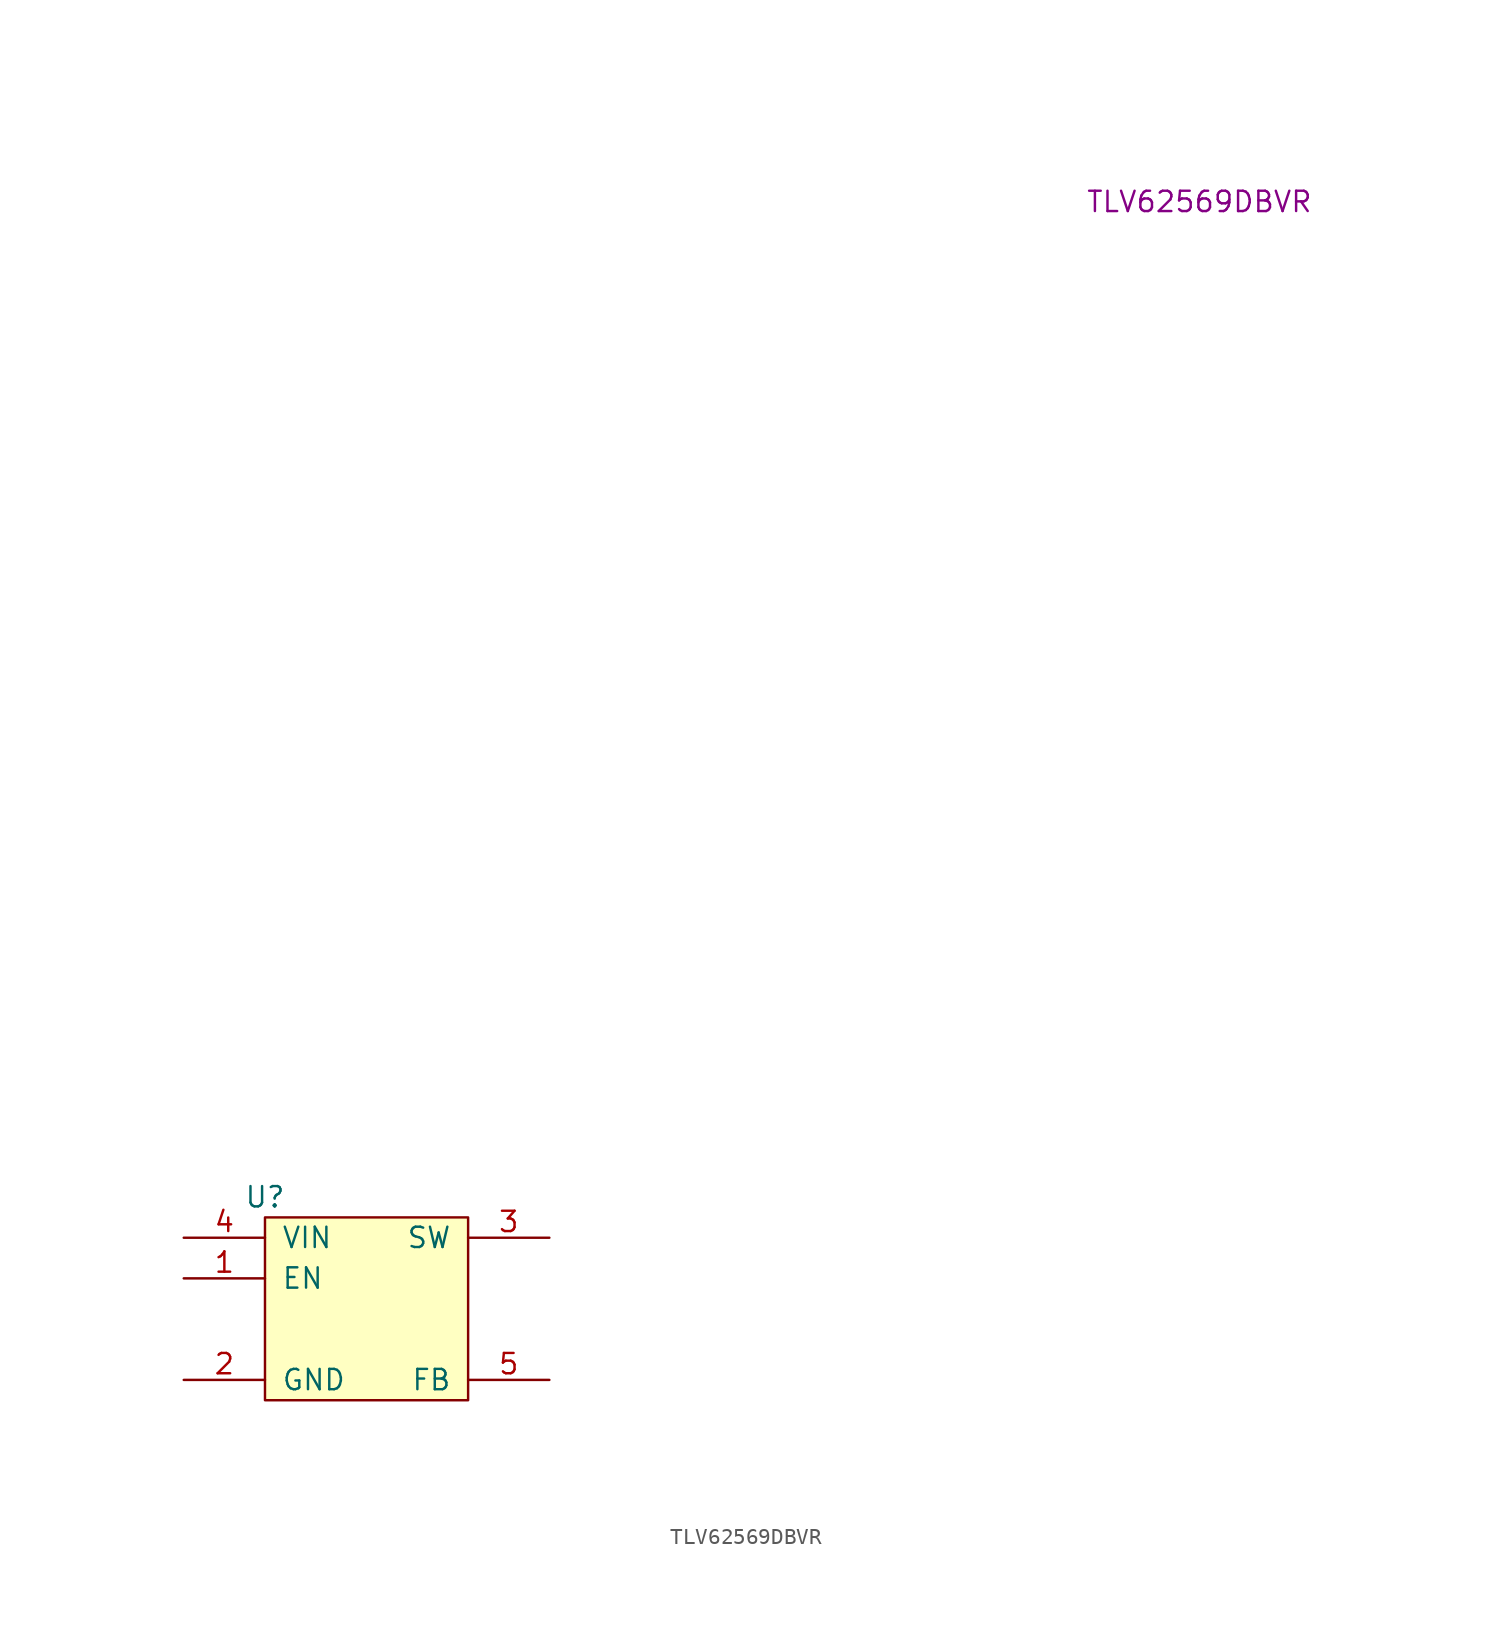
<source format=kicad_sym>
(kicad_symbol_lib
  (version 20220914)
  (generator kicad_symbol_editor)
  (symbol "TLV62569DBVR"
    (pin_names
      (offset 1.016))
    (property "Reference" "U"
      (at 0 1.27 0)
      (effects (font (size 1.27 1.27))))
    (property "_Value_" "TLV62569DBVR"
      (at 58.42 63.5 0)
      (effects (font (size 1.27 1.27))))
    (symbol "TLV62569DBVR_0_1"
      (rectangle (start 0 0) (end 12.7 -11.43) (stroke (width 0) (type default)) (fill (type background))))
    (symbol "TLV62569DBVR_1_1"
      (pin input line (at -5.08 -3.81 0) (length 5.08) (name "EN" (effects (font (size 1.27 1.27)))) (number "1" (effects (font (size 1.27 1.27)))))
      (pin passive line (at -5.08 -10.16 0) (length 5.08) (name "GND" (effects (font (size 1.27 1.27)))) (number "2" (effects (font (size 1.27 1.27)))))
      (pin power_out line (at 17.78 -1.27 180) (length 5.08) (name "SW" (effects (font (size 1.27 1.27)))) (number "3" (effects (font (size 1.27 1.27)))))
      (pin power_in line (at -5.08 -1.27 0) (length 5.08) (name "VIN" (effects (font (size 1.27 1.27)))) (number "4" (effects (font (size 1.27 1.27)))))
      (pin input line (at 17.78 -10.16 180) (length 5.08) (name "FB" (effects (font (size 1.27 1.27)))) (number "5" (effects (font (size 1.27 1.27))))))))
</source>
